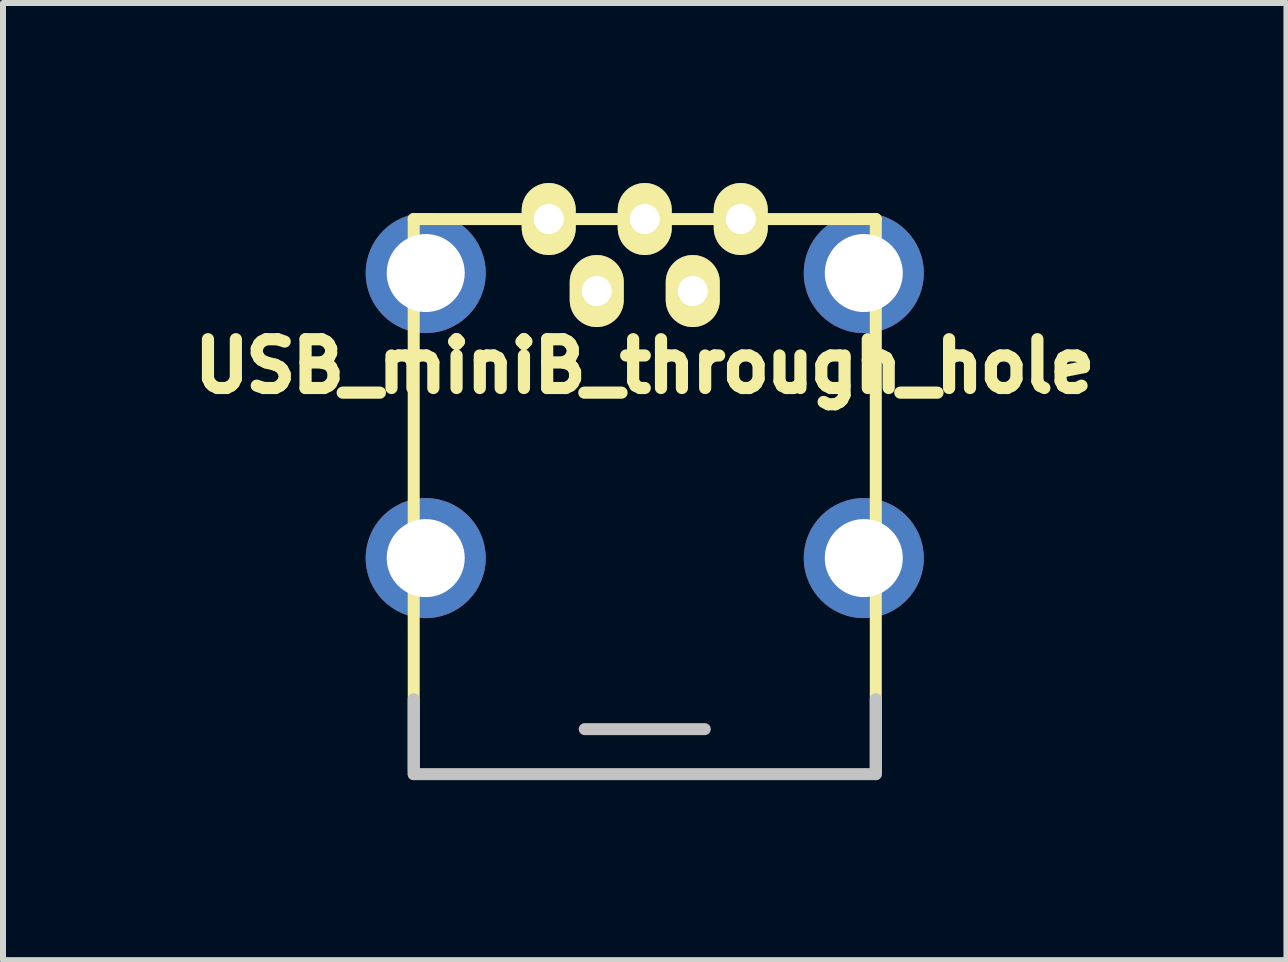
<source format=kicad_pcb>
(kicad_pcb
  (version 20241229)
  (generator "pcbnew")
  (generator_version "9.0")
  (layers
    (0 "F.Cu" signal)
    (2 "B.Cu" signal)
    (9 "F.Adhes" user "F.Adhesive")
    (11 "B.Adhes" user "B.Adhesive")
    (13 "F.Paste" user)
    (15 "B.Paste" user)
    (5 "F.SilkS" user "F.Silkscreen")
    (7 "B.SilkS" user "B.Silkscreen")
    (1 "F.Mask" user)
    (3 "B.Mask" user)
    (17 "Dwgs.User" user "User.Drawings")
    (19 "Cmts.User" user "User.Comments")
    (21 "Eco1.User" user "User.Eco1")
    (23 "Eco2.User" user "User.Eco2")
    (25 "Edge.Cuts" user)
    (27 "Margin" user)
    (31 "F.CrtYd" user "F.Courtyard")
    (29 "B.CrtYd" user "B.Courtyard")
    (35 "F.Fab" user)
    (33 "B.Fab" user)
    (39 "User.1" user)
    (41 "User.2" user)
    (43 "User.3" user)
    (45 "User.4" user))
  (footprint "USB_miniB_through_hole"
    (layer "F.Cu")
    (at 7.694 0.6)
    (property "Reference" "USB_miniB_through_hole" (at 0 2.45 0) (layer "F.SilkS") (effects (font (size 0.813 0.813) (thickness 0.203))))
    (attr through_hole)
    (fp_line (start -3.85 0) (end -3.85 9.2) (stroke (width 0.2) (type solid)) (layer "F.SilkS"))
    (fp_line (start -3.85 0) (end 3.85 0) (stroke (width 0.2) (type solid)) (layer "F.SilkS"))
    (fp_line (start 3.85 0) (end 3.85 9.2) (stroke (width 0.2) (type solid)) (layer "F.SilkS"))
    (fp_line (start -3.85 9.25) (end -3.85 8) (stroke (width 0.2) (type solid)) (layer "Dwgs.User"))
    (fp_line (start -3.85 9.25) (end 3.85 9.25) (stroke (width 0.2) (type solid)) (layer "Dwgs.User"))
    (fp_line (start -1 8.5) (end 1 8.5) (stroke (width 0.2) (type solid)) (layer "Dwgs.User"))
    (fp_line (start 3.85 9.25) (end 3.85 8) (stroke (width 0.2) (type solid)) (layer "Dwgs.User"))
    (pad "1" thru_hole oval (at -1.6 0) (size 0.9 1.2) (drill 0.5) (layers "*.Cu" "*.Mask" "F.SilkS"))
    (pad "2" thru_hole oval (at -0.8 1.2) (size 0.9 1.2) (drill 0.5) (layers "*.Cu" "*.Mask" "F.SilkS"))
    (pad "3" thru_hole oval (at 0 0) (size 0.9 1.2) (drill 0.5) (layers "*.Cu" "*.Mask" "F.SilkS"))
    (pad "4" thru_hole oval (at 0.8 1.2) (size 0.9 1.2) (drill 0.5) (layers "*.Cu" "*.Mask" "F.SilkS"))
    (pad "5" thru_hole oval (at 1.6 0) (size 0.9 1.2) (drill 0.5) (layers "*.Cu" "*.Mask" "F.SilkS"))
    (pad "6" thru_hole circle (at -3.65 0.9) (size 2 2) (drill 1.3) (layers "*.Cu" "*.Mask" "F.Paste"))
    (pad "6" thru_hole circle (at -3.65 5.65) (size 2 2) (drill 1.3) (layers "*.Cu" "*.Mask" "F.Paste"))
    (pad "6" thru_hole circle (at 3.65 0.9) (size 2 2) (drill 1.3) (layers "*.Cu" "*.Mask" "F.Paste"))
    (pad "6" thru_hole circle (at 3.65 5.65) (size 2 2) (drill 1.3) (layers "*.Cu" "*.Mask" "F.Paste")))
  (gr_rect
    (start -3 -3)
    (end 18.387 12.95)
    (stroke (width 0.1) (type default))
    (fill no)
    (layer "Edge.Cuts")))
</source>
